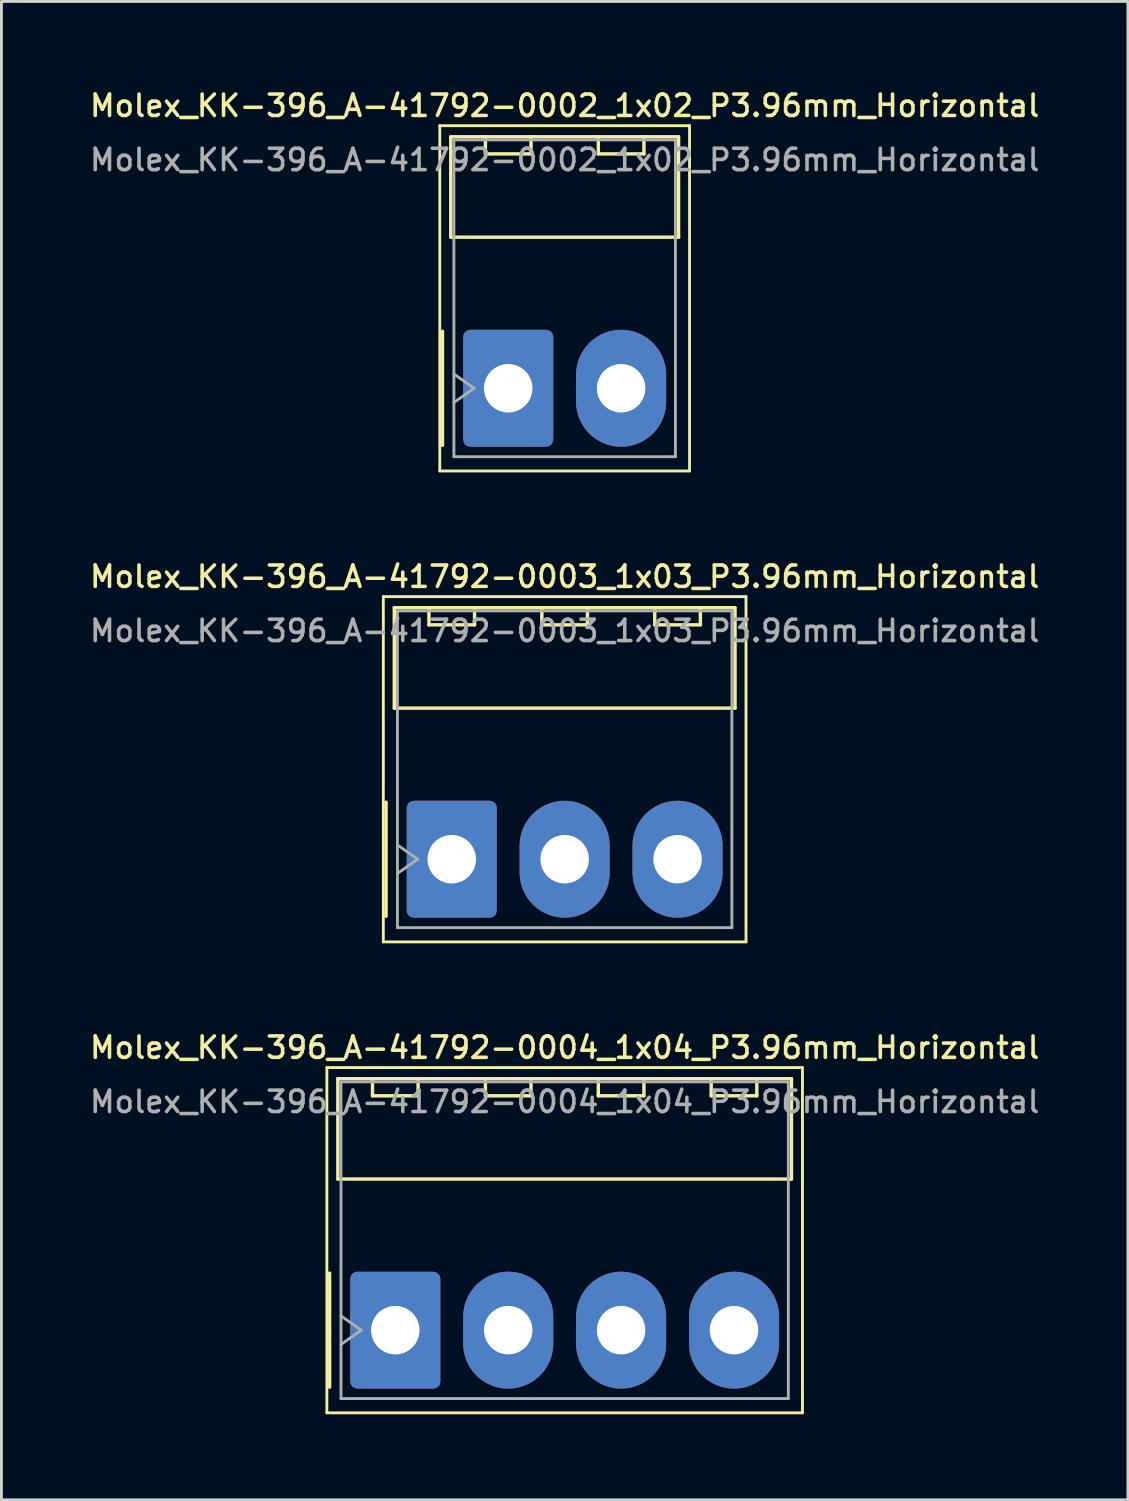
<source format=kicad_pcb>
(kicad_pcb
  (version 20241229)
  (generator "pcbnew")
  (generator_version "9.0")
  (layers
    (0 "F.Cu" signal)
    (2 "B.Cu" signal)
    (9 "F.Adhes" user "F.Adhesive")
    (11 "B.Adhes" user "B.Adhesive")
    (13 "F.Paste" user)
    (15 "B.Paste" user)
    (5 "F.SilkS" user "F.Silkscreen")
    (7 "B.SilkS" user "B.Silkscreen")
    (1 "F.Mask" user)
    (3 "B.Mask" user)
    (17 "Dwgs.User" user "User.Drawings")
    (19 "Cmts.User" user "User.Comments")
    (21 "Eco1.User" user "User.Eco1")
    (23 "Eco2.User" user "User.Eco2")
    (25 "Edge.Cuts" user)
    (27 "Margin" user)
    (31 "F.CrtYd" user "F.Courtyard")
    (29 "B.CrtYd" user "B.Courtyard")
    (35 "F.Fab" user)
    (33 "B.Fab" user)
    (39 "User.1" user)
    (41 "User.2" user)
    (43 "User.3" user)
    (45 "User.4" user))
  (footprint "Molex_KK-396_A-41792-0004_1x04_P3.96mm_Horizontal"
    (layer "F.Cu")
    (at 10.815 43.604)
    (property "Reference" "Molex_KK-396_A-41792-0004_1x04_P3.96mm_Horizontal" (at 5.94 -9.91 0) (layer "F.SilkS") (effects (font (size 0.75 0.75) (thickness 0.125))))
    (attr through_hole)
    (fp_line (start -2.4 -9.21) (end -2.4 2.9) (stroke (width 0.1) (type solid)) (layer "F.SilkS"))
    (fp_line (start -2.4 2.9) (end 14.28 2.9) (stroke (width 0.1) (type solid)) (layer "F.SilkS"))
    (fp_line (start -2.305 -2) (end -2.305 2) (stroke (width 0.12) (type solid)) (layer "F.SilkS"))
    (fp_line (start -2.015 -8.82) (end 13.895 -8.82) (stroke (width 0.12) (type solid)) (layer "F.SilkS"))
    (fp_line (start -2.015 -5.3) (end -2.015 -8.82) (stroke (width 0.12) (type solid)) (layer "F.SilkS"))
    (fp_line (start -0.8 -8.82) (end -0.8 -8.22) (stroke (width 0.12) (type solid)) (layer "F.SilkS"))
    (fp_line (start -0.8 -8.22) (end 0.8 -8.22) (stroke (width 0.12) (type solid)) (layer "F.SilkS"))
    (fp_line (start 0.8 -8.22) (end 0.8 -8.82) (stroke (width 0.12) (type solid)) (layer "F.SilkS"))
    (fp_line (start 3.16 -8.82) (end 3.16 -8.22) (stroke (width 0.12) (type solid)) (layer "F.SilkS"))
    (fp_line (start 3.16 -8.22) (end 4.76 -8.22) (stroke (width 0.12) (type solid)) (layer "F.SilkS"))
    (fp_line (start 4.76 -8.22) (end 4.76 -8.82) (stroke (width 0.12) (type solid)) (layer "F.SilkS"))
    (fp_line (start 7.12 -8.82) (end 7.12 -8.22) (stroke (width 0.12) (type solid)) (layer "F.SilkS"))
    (fp_line (start 7.12 -8.22) (end 8.72 -8.22) (stroke (width 0.12) (type solid)) (layer "F.SilkS"))
    (fp_line (start 8.72 -8.22) (end 8.72 -8.82) (stroke (width 0.12) (type solid)) (layer "F.SilkS"))
    (fp_line (start 11.08 -8.82) (end 11.08 -8.22) (stroke (width 0.12) (type solid)) (layer "F.SilkS"))
    (fp_line (start 11.08 -8.22) (end 12.68 -8.22) (stroke (width 0.12) (type solid)) (layer "F.SilkS"))
    (fp_line (start 12.68 -8.22) (end 12.68 -8.82) (stroke (width 0.12) (type solid)) (layer "F.SilkS"))
    (fp_line (start 13.895 -8.82) (end 13.895 -5.3) (stroke (width 0.12) (type solid)) (layer "F.SilkS"))
    (fp_line (start 13.895 -5.3) (end -2.015 -5.3) (stroke (width 0.12) (type solid)) (layer "F.SilkS"))
    (fp_line (start 14.28 -9.21) (end -2.4 -9.21) (stroke (width 0.1) (type solid)) (layer "F.SilkS"))
    (fp_line (start 14.28 2.9) (end 14.28 -9.21) (stroke (width 0.1) (type solid)) (layer "F.SilkS"))
    (fp_line (start -1.905 -8.71) (end 13.785 -8.71) (stroke (width 0.1) (type solid)) (layer "F.Fab"))
    (fp_line (start -1.905 -0.5) (end -1.198 0) (stroke (width 0.1) (type solid)) (layer "F.Fab"))
    (fp_line (start -1.905 2.4) (end -1.905 -8.71) (stroke (width 0.1) (type solid)) (layer "F.Fab"))
    (fp_line (start -1.198 0) (end -1.905 0.5) (stroke (width 0.1) (type solid)) (layer "F.Fab"))
    (fp_line (start 13.785 -8.71) (end 13.785 2.4) (stroke (width 0.1) (type solid)) (layer "F.Fab"))
    (fp_line (start 13.785 2.4) (end -1.905 2.4) (stroke (width 0.1) (type solid)) (layer "F.Fab"))
    (fp_text user "${REFERENCE}" (at 5.94 -8.01 0) (layer "F.Fab") (effects (font (size 0.75 0.75) (thickness 0.125))))
    (pad "1" thru_hole roundrect (at 0 0) (size 3.16 4.1) (drill 1.7) (layers "*.Cu" "*.Mask") (roundrect_rratio 0.079))
    (pad "2" thru_hole oval (at 3.96 0) (size 3.16 4.1) (drill 1.7) (layers "*.Cu" "*.Mask"))
    (pad "3" thru_hole oval (at 7.92 0) (size 3.16 4.1) (drill 1.7) (layers "*.Cu" "*.Mask"))
    (pad "4" thru_hole oval (at 11.88 0) (size 3.16 4.1) (drill 1.7) (layers "*.Cu" "*.Mask")))
  (footprint "Molex_KK-396_A-41792-0002_1x02_P3.96mm_Horizontal"
    (layer "F.Cu")
    (at 14.775 10.568)
    (property "Reference" "Molex_KK-396_A-41792-0002_1x02_P3.96mm_Horizontal" (at 1.98 -9.91 0) (layer "F.SilkS") (effects (font (size 0.75 0.75) (thickness 0.125))))
    (attr through_hole)
    (fp_line (start -2.4 -9.21) (end -2.4 2.9) (stroke (width 0.1) (type solid)) (layer "F.SilkS"))
    (fp_line (start -2.4 2.9) (end 6.36 2.9) (stroke (width 0.1) (type solid)) (layer "F.SilkS"))
    (fp_line (start -2.305 -2) (end -2.305 2) (stroke (width 0.12) (type solid)) (layer "F.SilkS"))
    (fp_line (start -2.015 -8.82) (end 5.975 -8.82) (stroke (width 0.12) (type solid)) (layer "F.SilkS"))
    (fp_line (start -2.015 -5.3) (end -2.015 -8.82) (stroke (width 0.12) (type solid)) (layer "F.SilkS"))
    (fp_line (start -0.8 -8.82) (end -0.8 -8.22) (stroke (width 0.12) (type solid)) (layer "F.SilkS"))
    (fp_line (start -0.8 -8.22) (end 0.8 -8.22) (stroke (width 0.12) (type solid)) (layer "F.SilkS"))
    (fp_line (start 0.8 -8.22) (end 0.8 -8.82) (stroke (width 0.12) (type solid)) (layer "F.SilkS"))
    (fp_line (start 3.16 -8.82) (end 3.16 -8.22) (stroke (width 0.12) (type solid)) (layer "F.SilkS"))
    (fp_line (start 3.16 -8.22) (end 4.76 -8.22) (stroke (width 0.12) (type solid)) (layer "F.SilkS"))
    (fp_line (start 4.76 -8.22) (end 4.76 -8.82) (stroke (width 0.12) (type solid)) (layer "F.SilkS"))
    (fp_line (start 5.975 -8.82) (end 5.975 -5.3) (stroke (width 0.12) (type solid)) (layer "F.SilkS"))
    (fp_line (start 5.975 -5.3) (end -2.015 -5.3) (stroke (width 0.12) (type solid)) (layer "F.SilkS"))
    (fp_line (start 6.36 -9.21) (end -2.4 -9.21) (stroke (width 0.1) (type solid)) (layer "F.SilkS"))
    (fp_line (start 6.36 2.9) (end 6.36 -9.21) (stroke (width 0.1) (type solid)) (layer "F.SilkS"))
    (fp_line (start -1.905 -8.71) (end 5.865 -8.71) (stroke (width 0.1) (type solid)) (layer "F.Fab"))
    (fp_line (start -1.905 -0.5) (end -1.198 0) (stroke (width 0.1) (type solid)) (layer "F.Fab"))
    (fp_line (start -1.905 2.4) (end -1.905 -8.71) (stroke (width 0.1) (type solid)) (layer "F.Fab"))
    (fp_line (start -1.198 0) (end -1.905 0.5) (stroke (width 0.1) (type solid)) (layer "F.Fab"))
    (fp_line (start 5.865 -8.71) (end 5.865 2.4) (stroke (width 0.1) (type solid)) (layer "F.Fab"))
    (fp_line (start 5.865 2.4) (end -1.905 2.4) (stroke (width 0.1) (type solid)) (layer "F.Fab"))
    (fp_text user "${REFERENCE}" (at 1.98 -8.01 0) (layer "F.Fab") (effects (font (size 0.75 0.75) (thickness 0.125))))
    (pad "1" thru_hole roundrect (at 0 0) (size 3.16 4.1) (drill 1.7) (layers "*.Cu" "*.Mask") (roundrect_rratio 0.079))
    (pad "2" thru_hole oval (at 3.96 0) (size 3.16 4.1) (drill 1.7) (layers "*.Cu" "*.Mask")))
  (footprint "Molex_KK-396_A-41792-0003_1x03_P3.96mm_Horizontal"
    (layer "F.Cu")
    (at 12.795 27.086)
    (property "Reference" "Molex_KK-396_A-41792-0003_1x03_P3.96mm_Horizontal" (at 3.96 -9.91 0) (layer "F.SilkS") (effects (font (size 0.75 0.75) (thickness 0.125))))
    (attr through_hole)
    (fp_line (start -2.4 -9.21) (end -2.4 2.9) (stroke (width 0.1) (type solid)) (layer "F.SilkS"))
    (fp_line (start -2.4 2.9) (end 10.32 2.9) (stroke (width 0.1) (type solid)) (layer "F.SilkS"))
    (fp_line (start -2.305 -2) (end -2.305 2) (stroke (width 0.12) (type solid)) (layer "F.SilkS"))
    (fp_line (start -2.015 -8.82) (end 9.935 -8.82) (stroke (width 0.12) (type solid)) (layer "F.SilkS"))
    (fp_line (start -2.015 -5.3) (end -2.015 -8.82) (stroke (width 0.12) (type solid)) (layer "F.SilkS"))
    (fp_line (start -0.8 -8.82) (end -0.8 -8.22) (stroke (width 0.12) (type solid)) (layer "F.SilkS"))
    (fp_line (start -0.8 -8.22) (end 0.8 -8.22) (stroke (width 0.12) (type solid)) (layer "F.SilkS"))
    (fp_line (start 0.8 -8.22) (end 0.8 -8.82) (stroke (width 0.12) (type solid)) (layer "F.SilkS"))
    (fp_line (start 3.16 -8.82) (end 3.16 -8.22) (stroke (width 0.12) (type solid)) (layer "F.SilkS"))
    (fp_line (start 3.16 -8.22) (end 4.76 -8.22) (stroke (width 0.12) (type solid)) (layer "F.SilkS"))
    (fp_line (start 4.76 -8.22) (end 4.76 -8.82) (stroke (width 0.12) (type solid)) (layer "F.SilkS"))
    (fp_line (start 7.12 -8.82) (end 7.12 -8.22) (stroke (width 0.12) (type solid)) (layer "F.SilkS"))
    (fp_line (start 7.12 -8.22) (end 8.72 -8.22) (stroke (width 0.12) (type solid)) (layer "F.SilkS"))
    (fp_line (start 8.72 -8.22) (end 8.72 -8.82) (stroke (width 0.12) (type solid)) (layer "F.SilkS"))
    (fp_line (start 9.935 -8.82) (end 9.935 -5.3) (stroke (width 0.12) (type solid)) (layer "F.SilkS"))
    (fp_line (start 9.935 -5.3) (end -2.015 -5.3) (stroke (width 0.12) (type solid)) (layer "F.SilkS"))
    (fp_line (start 10.32 -9.21) (end -2.4 -9.21) (stroke (width 0.1) (type solid)) (layer "F.SilkS"))
    (fp_line (start 10.32 2.9) (end 10.32 -9.21) (stroke (width 0.1) (type solid)) (layer "F.SilkS"))
    (fp_line (start -1.905 -8.71) (end 9.825 -8.71) (stroke (width 0.1) (type solid)) (layer "F.Fab"))
    (fp_line (start -1.905 -0.5) (end -1.198 0) (stroke (width 0.1) (type solid)) (layer "F.Fab"))
    (fp_line (start -1.905 2.4) (end -1.905 -8.71) (stroke (width 0.1) (type solid)) (layer "F.Fab"))
    (fp_line (start -1.198 0) (end -1.905 0.5) (stroke (width 0.1) (type solid)) (layer "F.Fab"))
    (fp_line (start 9.825 -8.71) (end 9.825 2.4) (stroke (width 0.1) (type solid)) (layer "F.Fab"))
    (fp_line (start 9.825 2.4) (end -1.905 2.4) (stroke (width 0.1) (type solid)) (layer "F.Fab"))
    (fp_text user "${REFERENCE}" (at 3.96 -8.01 0) (layer "F.Fab") (effects (font (size 0.75 0.75) (thickness 0.125))))
    (pad "1" thru_hole roundrect (at 0 0) (size 3.16 4.1) (drill 1.7) (layers "*.Cu" "*.Mask") (roundrect_rratio 0.079))
    (pad "2" thru_hole oval (at 3.96 0) (size 3.16 4.1) (drill 1.7) (layers "*.Cu" "*.Mask"))
    (pad "3" thru_hole oval (at 7.92 0) (size 3.16 4.1) (drill 1.7) (layers "*.Cu" "*.Mask")))
  (gr_rect
    (start -3 -3)
    (end 36.511 49.554)
    (stroke (width 0.1) (type default))
    (fill no)
    (layer "Edge.Cuts")))
</source>
